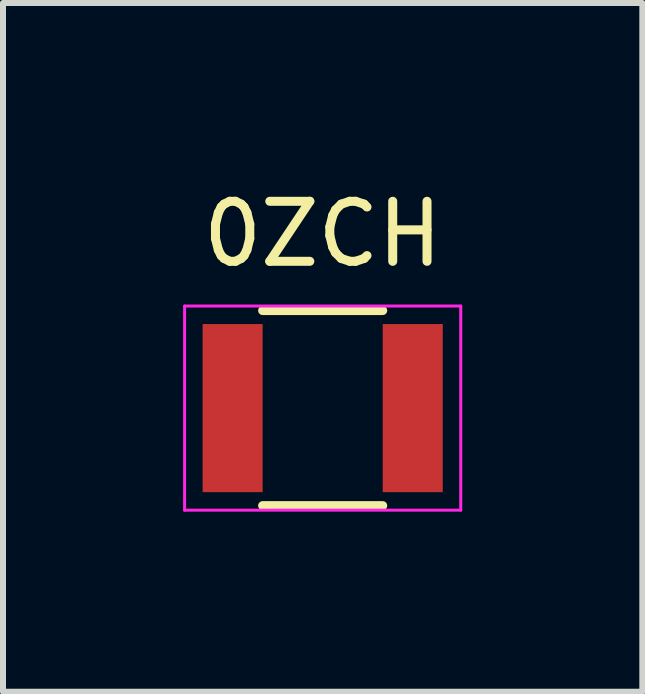
<source format=kicad_pcb>
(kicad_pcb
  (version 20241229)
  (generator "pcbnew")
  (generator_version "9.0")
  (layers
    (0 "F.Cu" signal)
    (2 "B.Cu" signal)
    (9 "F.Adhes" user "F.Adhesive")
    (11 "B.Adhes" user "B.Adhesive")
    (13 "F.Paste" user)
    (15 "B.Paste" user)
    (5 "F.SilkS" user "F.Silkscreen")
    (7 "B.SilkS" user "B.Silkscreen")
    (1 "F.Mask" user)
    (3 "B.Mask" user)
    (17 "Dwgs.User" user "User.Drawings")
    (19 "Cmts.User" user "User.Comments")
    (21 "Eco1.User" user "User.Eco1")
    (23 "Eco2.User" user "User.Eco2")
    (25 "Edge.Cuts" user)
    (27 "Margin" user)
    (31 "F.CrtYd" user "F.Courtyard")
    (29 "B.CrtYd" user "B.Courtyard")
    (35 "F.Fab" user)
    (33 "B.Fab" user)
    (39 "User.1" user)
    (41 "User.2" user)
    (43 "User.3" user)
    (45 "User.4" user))
  (footprint "0ZCH"
    (layer "F.Cu")
    (at 2.325 3.748)
    (property "Reference" "0ZCH" (at 0 -2.9 0) (layer "F.SilkS") (effects (font (size 1 1) (thickness 0.15))))
    (attr smd)
    (fp_line (start -1 1.625) (end 1 1.625) (stroke (width 0.15) (type solid)) (layer "F.SilkS"))
    (fp_line (start 1 -1.625) (end -1 -1.625) (stroke (width 0.15) (type solid)) (layer "F.SilkS"))
    (fp_line (start -2.3 -1.7) (end -2.3 1.7) (stroke (width 0.05) (type solid)) (layer "F.CrtYd"))
    (fp_line (start -2.3 -1.7) (end 2.3 -1.7) (stroke (width 0.05) (type solid)) (layer "F.CrtYd"))
    (fp_line (start -2.3 1.7) (end 2.3 1.7) (stroke (width 0.05) (type solid)) (layer "F.CrtYd"))
    (fp_line (start 2.3 -1.7) (end 2.3 1.7) (stroke (width 0.05) (type solid)) (layer "F.CrtYd"))
    (pad "1" smd rect (at -1.5 0) (size 1 2.8) (layers "F.Cu" "F.Mask" "F.Paste"))
    (pad "2" smd rect (at 1.5 0) (size 1 2.8) (layers "F.Cu" "F.Mask" "F.Paste")))
  (gr_rect
    (start -3 -3)
    (end 7.65 8.473)
    (stroke (width 0.1) (type default))
    (fill no)
    (layer "Edge.Cuts")))
</source>
